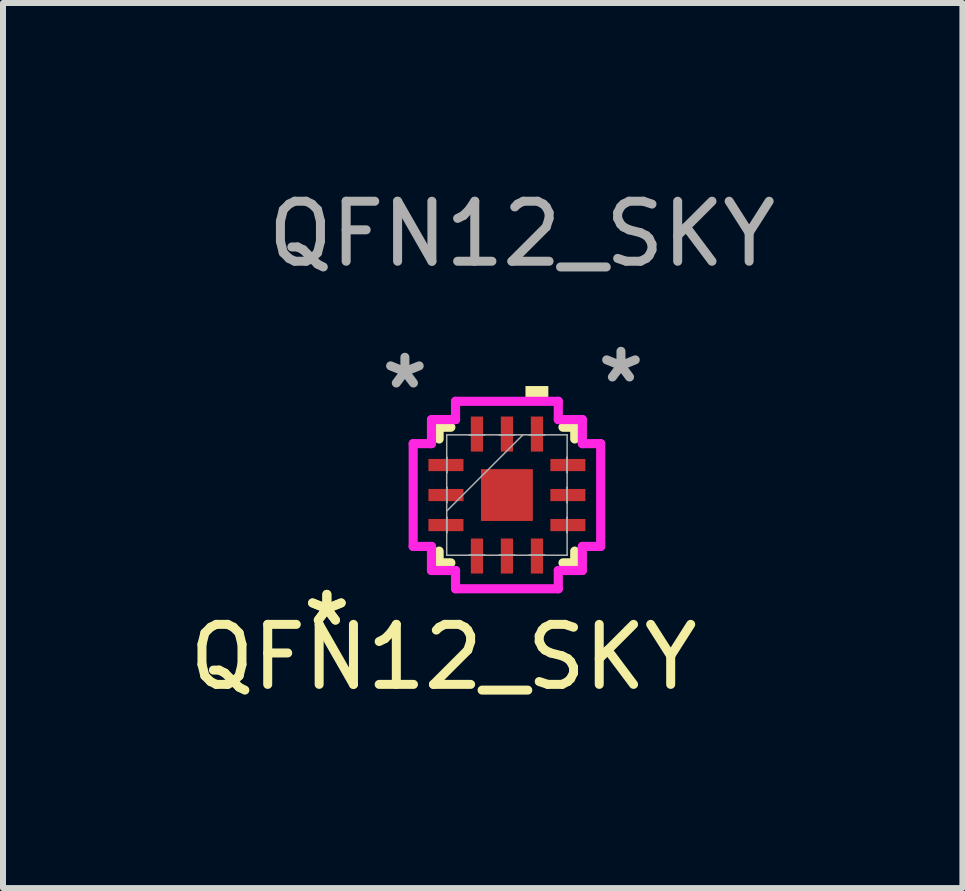
<source format=kicad_pcb>
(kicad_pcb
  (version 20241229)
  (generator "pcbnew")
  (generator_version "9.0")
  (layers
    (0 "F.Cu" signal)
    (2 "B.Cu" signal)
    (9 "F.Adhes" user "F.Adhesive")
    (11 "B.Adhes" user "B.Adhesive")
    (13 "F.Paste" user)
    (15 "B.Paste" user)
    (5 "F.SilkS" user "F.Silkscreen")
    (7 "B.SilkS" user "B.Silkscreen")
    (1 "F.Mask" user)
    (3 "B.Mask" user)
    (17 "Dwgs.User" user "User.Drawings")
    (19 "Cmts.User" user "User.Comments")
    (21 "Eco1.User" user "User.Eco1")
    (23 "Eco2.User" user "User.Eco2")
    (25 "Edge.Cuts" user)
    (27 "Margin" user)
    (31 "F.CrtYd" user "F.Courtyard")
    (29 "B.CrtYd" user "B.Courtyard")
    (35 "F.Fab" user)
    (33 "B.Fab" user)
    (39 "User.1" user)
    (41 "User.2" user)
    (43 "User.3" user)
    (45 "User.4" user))
  (footprint "QFN12_SKY"
    (layer "F.Cu")
    (at 5.396 5.198)
    (property "Reference" "QFN12_SKY" (at -1.057 2.7 0) (unlocked yes) (layer "F.SilkS") (effects (font (size 1 1) (thickness 0.15))))
    (attr smd)
    (fp_line (start -1.13 -1.13) (end -1.13 -0.934) (stroke (width 0.152) (type solid)) (layer "F.SilkS"))
    (fp_line (start -1.13 0.934) (end -1.13 1.13) (stroke (width 0.152) (type solid)) (layer "F.SilkS"))
    (fp_line (start -1.13 1.13) (end -0.934 1.13) (stroke (width 0.152) (type solid)) (layer "F.SilkS"))
    (fp_line (start -0.934 -1.13) (end -1.13 -1.13) (stroke (width 0.152) (type solid)) (layer "F.SilkS"))
    (fp_line (start 0.934 1.13) (end 1.13 1.13) (stroke (width 0.152) (type solid)) (layer "F.SilkS"))
    (fp_line (start 1.13 -1.13) (end 0.934 -1.13) (stroke (width 0.152) (type solid)) (layer "F.SilkS"))
    (fp_line (start 1.13 -0.934) (end 1.13 -1.13) (stroke (width 0.152) (type solid)) (layer "F.SilkS"))
    (fp_line (start 1.13 1.13) (end 1.13 0.934) (stroke (width 0.152) (type solid)) (layer "F.SilkS"))
    (fp_poly (pts (xy 0.309 -1.562) (xy 0.309 -1.816) (xy 0.69 -1.816) (xy 0.69 -1.562)) (stroke (width 0) (type solid)) (fill yes) (layer "F.SilkS"))
    (fp_line (start -1.562 -0.856) (end -1.257 -0.856) (stroke (width 0.152) (type solid)) (layer "F.CrtYd"))
    (fp_line (start -1.562 0.856) (end -1.562 -0.856) (stroke (width 0.152) (type solid)) (layer "F.CrtYd"))
    (fp_line (start -1.257 -1.257) (end -0.856 -1.257) (stroke (width 0.152) (type solid)) (layer "F.CrtYd"))
    (fp_line (start -1.257 -0.856) (end -1.257 -1.257) (stroke (width 0.152) (type solid)) (layer "F.CrtYd"))
    (fp_line (start -1.257 0.856) (end -1.562 0.856) (stroke (width 0.152) (type solid)) (layer "F.CrtYd"))
    (fp_line (start -1.257 1.257) (end -1.257 0.856) (stroke (width 0.152) (type solid)) (layer "F.CrtYd"))
    (fp_line (start -0.856 -1.562) (end 0.856 -1.562) (stroke (width 0.152) (type solid)) (layer "F.CrtYd"))
    (fp_line (start -0.856 -1.257) (end -0.856 -1.562) (stroke (width 0.152) (type solid)) (layer "F.CrtYd"))
    (fp_line (start -0.856 1.257) (end -1.257 1.257) (stroke (width 0.152) (type solid)) (layer "F.CrtYd"))
    (fp_line (start -0.856 1.562) (end -0.856 1.257) (stroke (width 0.152) (type solid)) (layer "F.CrtYd"))
    (fp_line (start 0.856 -1.562) (end 0.856 -1.257) (stroke (width 0.152) (type solid)) (layer "F.CrtYd"))
    (fp_line (start 0.856 -1.257) (end 1.257 -1.257) (stroke (width 0.152) (type solid)) (layer "F.CrtYd"))
    (fp_line (start 0.856 1.257) (end 0.856 1.562) (stroke (width 0.152) (type solid)) (layer "F.CrtYd"))
    (fp_line (start 0.856 1.562) (end -0.856 1.562) (stroke (width 0.152) (type solid)) (layer "F.CrtYd"))
    (fp_line (start 1.257 -1.257) (end 1.257 -0.856) (stroke (width 0.152) (type solid)) (layer "F.CrtYd"))
    (fp_line (start 1.257 -0.856) (end 1.562 -0.856) (stroke (width 0.152) (type solid)) (layer "F.CrtYd"))
    (fp_line (start 1.257 0.856) (end 1.257 1.257) (stroke (width 0.152) (type solid)) (layer "F.CrtYd"))
    (fp_line (start 1.257 1.257) (end 0.856 1.257) (stroke (width 0.152) (type solid)) (layer "F.CrtYd"))
    (fp_line (start 1.562 -0.856) (end 1.562 0.856) (stroke (width 0.152) (type solid)) (layer "F.CrtYd"))
    (fp_line (start 1.562 0.856) (end 1.257 0.856) (stroke (width 0.152) (type solid)) (layer "F.CrtYd"))
    (fp_line (start -1.003 -1.003) (end -1.003 1.003) (stroke (width 0.025) (type solid)) (layer "F.Fab"))
    (fp_line (start -1.003 -0.627) (end -1.003 -0.627) (stroke (width 0.025) (type solid)) (layer "F.Fab"))
    (fp_line (start -1.003 -0.627) (end -1.003 -0.373) (stroke (width 0.025) (type solid)) (layer "F.Fab"))
    (fp_line (start -1.003 -0.373) (end -1.003 -0.627) (stroke (width 0.025) (type solid)) (layer "F.Fab"))
    (fp_line (start -1.003 -0.373) (end -1.003 -0.373) (stroke (width 0.025) (type solid)) (layer "F.Fab"))
    (fp_line (start -1.003 -0.127) (end -1.003 -0.127) (stroke (width 0.025) (type solid)) (layer "F.Fab"))
    (fp_line (start -1.003 -0.127) (end -1.003 0.127) (stroke (width 0.025) (type solid)) (layer "F.Fab"))
    (fp_line (start -1.003 0.127) (end -1.003 -0.127) (stroke (width 0.025) (type solid)) (layer "F.Fab"))
    (fp_line (start -1.003 0.127) (end -1.003 0.127) (stroke (width 0.025) (type solid)) (layer "F.Fab"))
    (fp_line (start -1.003 0.267) (end 0.267 -1.003) (stroke (width 0.025) (type solid)) (layer "F.Fab"))
    (fp_line (start -1.003 0.373) (end -1.003 0.373) (stroke (width 0.025) (type solid)) (layer "F.Fab"))
    (fp_line (start -1.003 0.373) (end -1.003 0.627) (stroke (width 0.025) (type solid)) (layer "F.Fab"))
    (fp_line (start -1.003 0.627) (end -1.003 0.373) (stroke (width 0.025) (type solid)) (layer "F.Fab"))
    (fp_line (start -1.003 0.627) (end -1.003 0.627) (stroke (width 0.025) (type solid)) (layer "F.Fab"))
    (fp_line (start -1.003 1.003) (end 1.003 1.003) (stroke (width 0.025) (type solid)) (layer "F.Fab"))
    (fp_line (start -0.627 -1.003) (end -0.627 -1.003) (stroke (width 0.025) (type solid)) (layer "F.Fab"))
    (fp_line (start -0.627 -1.003) (end -0.373 -1.003) (stroke (width 0.025) (type solid)) (layer "F.Fab"))
    (fp_line (start -0.627 1.003) (end -0.627 1.003) (stroke (width 0.025) (type solid)) (layer "F.Fab"))
    (fp_line (start -0.627 1.003) (end -0.373 1.003) (stroke (width 0.025) (type solid)) (layer "F.Fab"))
    (fp_line (start -0.373 -1.003) (end -0.627 -1.003) (stroke (width 0.025) (type solid)) (layer "F.Fab"))
    (fp_line (start -0.373 -1.003) (end -0.373 -1.003) (stroke (width 0.025) (type solid)) (layer "F.Fab"))
    (fp_line (start -0.373 1.003) (end -0.627 1.003) (stroke (width 0.025) (type solid)) (layer "F.Fab"))
    (fp_line (start -0.373 1.003) (end -0.373 1.003) (stroke (width 0.025) (type solid)) (layer "F.Fab"))
    (fp_line (start -0.127 -1.003) (end -0.127 -1.003) (stroke (width 0.025) (type solid)) (layer "F.Fab"))
    (fp_line (start -0.127 -1.003) (end 0.127 -1.003) (stroke (width 0.025) (type solid)) (layer "F.Fab"))
    (fp_line (start -0.127 1.003) (end -0.127 1.003) (stroke (width 0.025) (type solid)) (layer "F.Fab"))
    (fp_line (start -0.127 1.003) (end 0.127 1.003) (stroke (width 0.025) (type solid)) (layer "F.Fab"))
    (fp_line (start 0.127 -1.003) (end -0.127 -1.003) (stroke (width 0.025) (type solid)) (layer "F.Fab"))
    (fp_line (start 0.127 -1.003) (end 0.127 -1.003) (stroke (width 0.025) (type solid)) (layer "F.Fab"))
    (fp_line (start 0.127 1.003) (end -0.127 1.003) (stroke (width 0.025) (type solid)) (layer "F.Fab"))
    (fp_line (start 0.127 1.003) (end 0.127 1.003) (stroke (width 0.025) (type solid)) (layer "F.Fab"))
    (fp_line (start 0.373 -1.003) (end 0.373 -1.003) (stroke (width 0.025) (type solid)) (layer "F.Fab"))
    (fp_line (start 0.373 -1.003) (end 0.627 -1.003) (stroke (width 0.025) (type solid)) (layer "F.Fab"))
    (fp_line (start 0.373 1.003) (end 0.373 1.003) (stroke (width 0.025) (type solid)) (layer "F.Fab"))
    (fp_line (start 0.373 1.003) (end 0.627 1.003) (stroke (width 0.025) (type solid)) (layer "F.Fab"))
    (fp_line (start 0.627 -1.003) (end 0.373 -1.003) (stroke (width 0.025) (type solid)) (layer "F.Fab"))
    (fp_line (start 0.627 -1.003) (end 0.627 -1.003) (stroke (width 0.025) (type solid)) (layer "F.Fab"))
    (fp_line (start 0.627 1.003) (end 0.373 1.003) (stroke (width 0.025) (type solid)) (layer "F.Fab"))
    (fp_line (start 0.627 1.003) (end 0.627 1.003) (stroke (width 0.025) (type solid)) (layer "F.Fab"))
    (fp_line (start 1.003 -1.003) (end -1.003 -1.003) (stroke (width 0.025) (type solid)) (layer "F.Fab"))
    (fp_line (start 1.003 -0.627) (end 1.003 -0.627) (stroke (width 0.025) (type solid)) (layer "F.Fab"))
    (fp_line (start 1.003 -0.627) (end 1.003 -0.373) (stroke (width 0.025) (type solid)) (layer "F.Fab"))
    (fp_line (start 1.003 -0.373) (end 1.003 -0.627) (stroke (width 0.025) (type solid)) (layer "F.Fab"))
    (fp_line (start 1.003 -0.373) (end 1.003 -0.373) (stroke (width 0.025) (type solid)) (layer "F.Fab"))
    (fp_line (start 1.003 -0.127) (end 1.003 -0.127) (stroke (width 0.025) (type solid)) (layer "F.Fab"))
    (fp_line (start 1.003 -0.127) (end 1.003 0.127) (stroke (width 0.025) (type solid)) (layer "F.Fab"))
    (fp_line (start 1.003 0.127) (end 1.003 -0.127) (stroke (width 0.025) (type solid)) (layer "F.Fab"))
    (fp_line (start 1.003 0.127) (end 1.003 0.127) (stroke (width 0.025) (type solid)) (layer "F.Fab"))
    (fp_line (start 1.003 0.373) (end 1.003 0.373) (stroke (width 0.025) (type solid)) (layer "F.Fab"))
    (fp_line (start 1.003 0.373) (end 1.003 0.627) (stroke (width 0.025) (type solid)) (layer "F.Fab"))
    (fp_line (start 1.003 0.627) (end 1.003 0.373) (stroke (width 0.025) (type solid)) (layer "F.Fab"))
    (fp_line (start 1.003 0.627) (end 1.003 0.627) (stroke (width 0.025) (type solid)) (layer "F.Fab"))
    (fp_line (start 1.003 1.003) (end 1.003 -1.003) (stroke (width 0.025) (type solid)) (layer "F.Fab"))
    (fp_text user "*" (at -3 2.2 0) (layer "F.SilkS") (effects (font (size 1 1) (thickness 0.15))))
    (fp_text user "*" (at -3 2.2 0) (unlocked yes) (layer "F.SilkS") (effects (font (size 1 1) (thickness 0.15))))
    (fp_text user "${REFERENCE}" (at 0.25 -4.35 0) (unlocked yes) (layer "F.Fab") (effects (font (size 1 1) (thickness 0.15))))
    (fp_text user "*" (at -1.7 -1.75 0) (layer "F.Fab") (effects (font (size 1 1) (thickness 0.15))))
    (fp_text user "*" (at 1.9 -1.85 0) (unlocked yes) (layer "F.Fab") (effects (font (size 1 1) (thickness 0.15))))
    (pad "1" smd rect (at -1.016 -0.5 90) (size 0.203 0.584) (layers "F.Cu" "F.Mask" "F.Paste"))
    (pad "2" smd rect (at -1.016 0 90) (size 0.203 0.584) (layers "F.Cu" "F.Mask" "F.Paste"))
    (pad "3" smd rect (at -1.016 0.5 90) (size 0.203 0.584) (layers "F.Cu" "F.Mask" "F.Paste"))
    (pad "4" smd rect (at -0.5 1.016) (size 0.203 0.584) (layers "F.Cu" "F.Mask" "F.Paste"))
    (pad "5" smd rect (at 0 1.016) (size 0.203 0.584) (layers "F.Cu" "F.Mask" "F.Paste"))
    (pad "6" smd rect (at 0.5 1.016) (size 0.203 0.584) (layers "F.Cu" "F.Mask" "F.Paste"))
    (pad "7" smd rect (at 1.016 0.5 90) (size 0.203 0.584) (layers "F.Cu" "F.Mask" "F.Paste"))
    (pad "8" smd rect (at 1.016 0 90) (size 0.203 0.584) (layers "F.Cu" "F.Mask" "F.Paste"))
    (pad "9" smd rect (at 1.016 -0.5 90) (size 0.203 0.584) (layers "F.Cu" "F.Mask" "F.Paste"))
    (pad "10" smd rect (at 0.5 -1.016) (size 0.203 0.584) (layers "F.Cu" "F.Mask" "F.Paste"))
    (pad "11" smd rect (at 0 -1.016) (size 0.203 0.584) (layers "F.Cu" "F.Mask" "F.Paste"))
    (pad "12" smd rect (at -0.5 -1.016) (size 0.203 0.584) (layers "F.Cu" "F.Mask" "F.Paste"))
    (pad "13" smd rect (at 0 0) (size 0.864 0.864) (layers "F.Cu" "F.Mask" "F.Paste")))
  (gr_rect
    (start -3 -3)
    (end 12.985 11.746)
    (stroke (width 0.1) (type default))
    (fill no)
    (layer "Edge.Cuts")))
</source>
